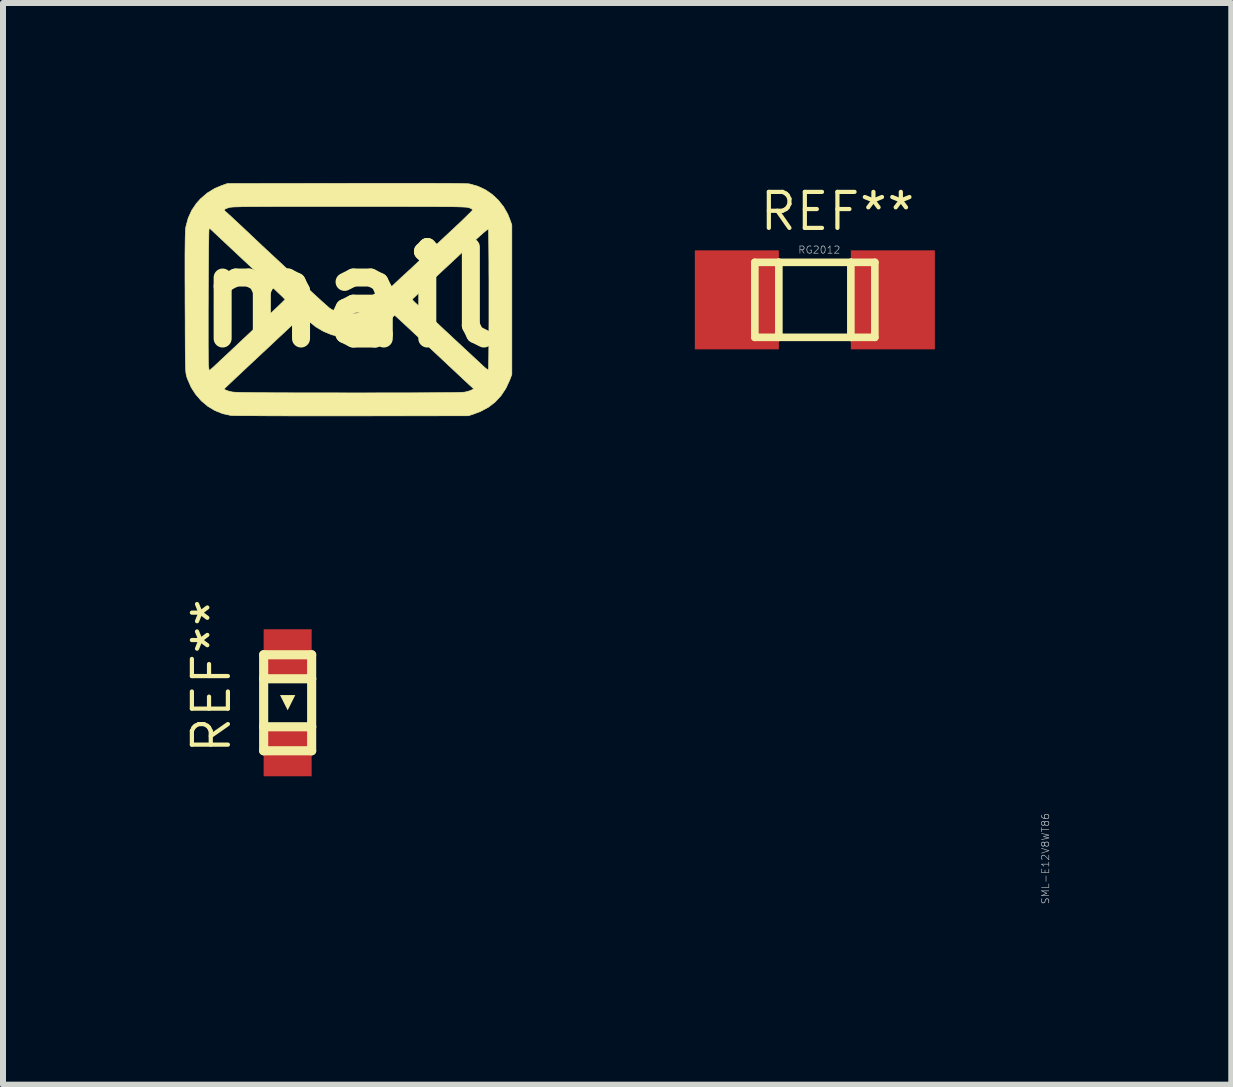
<source format=kicad_pcb>
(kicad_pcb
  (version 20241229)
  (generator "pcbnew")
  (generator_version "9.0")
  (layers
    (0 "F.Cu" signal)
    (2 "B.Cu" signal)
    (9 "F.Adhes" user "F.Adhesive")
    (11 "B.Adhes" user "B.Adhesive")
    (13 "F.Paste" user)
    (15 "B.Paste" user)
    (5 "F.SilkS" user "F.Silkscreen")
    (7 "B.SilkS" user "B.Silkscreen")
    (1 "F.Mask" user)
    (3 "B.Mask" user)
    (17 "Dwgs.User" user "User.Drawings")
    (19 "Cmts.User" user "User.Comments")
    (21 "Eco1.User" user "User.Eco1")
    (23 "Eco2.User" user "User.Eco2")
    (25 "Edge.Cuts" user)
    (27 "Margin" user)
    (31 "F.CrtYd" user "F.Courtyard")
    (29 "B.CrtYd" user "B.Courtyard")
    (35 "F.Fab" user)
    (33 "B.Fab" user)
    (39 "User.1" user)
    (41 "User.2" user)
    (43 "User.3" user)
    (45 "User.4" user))
  (footprint "mail"
    (layer "F.Cu")
    (at 2.765 1.902)
    (property "Reference" "mail" (at 0 0 0) (layer "F.SilkS") (effects (font (size 1.524 1.524) (thickness 0.3))))
    (attr through_hole)
    (fp_poly (pts (xy 0.944 -1.897) (xy 1.135 -1.897) (xy 1.305 -1.897) (xy 1.456 -1.896) (xy 1.586 -1.896) (xy 1.699 -1.895) (xy 1.793 -1.894) (xy 1.869 -1.893) (xy 1.929 -1.891) (xy 1.973 -1.89) (xy 2.002 -1.888) (xy 2.014 -1.886) (xy 2.146 -1.849) (xy 2.271 -1.791) (xy 2.386 -1.713) (xy 2.488 -1.618) (xy 2.576 -1.508) (xy 2.646 -1.386) (xy 2.681 -1.3) (xy 2.715 -1.203) (xy 2.715 1.288) (xy 2.681 1.379) (xy 2.616 1.52) (xy 2.535 1.642) (xy 2.438 1.747) (xy 2.324 1.835) (xy 2.193 1.905) (xy 2.074 1.95) (xy 1.99 1.977) (xy 0.048 1.979) (xy -0.168 1.979) (xy -0.378 1.979) (xy -0.581 1.979) (xy -0.776 1.979) (xy -0.961 1.979) (xy -1.134 1.978) (xy -1.295 1.978) (xy -1.443 1.977) (xy -1.575 1.976) (xy -1.69 1.975) (xy -1.787 1.975) (xy -1.866 1.974) (xy -1.923 1.973) (xy -1.959 1.972) (xy -1.97 1.971) (xy -2.106 1.941) (xy -2.235 1.889) (xy -2.353 1.818) (xy -2.46 1.728) (xy -2.553 1.621) (xy -2.611 1.531) (xy -2.08 1.531) (xy -2.069 1.541) (xy -2.039 1.555) (xy -1.996 1.569) (xy -1.955 1.578) (xy -1.941 1.581) (xy -1.919 1.583) (xy -1.889 1.585) (xy -1.849 1.586) (xy -1.798 1.588) (xy -1.736 1.589) (xy -1.661 1.59) (xy -1.572 1.591) (xy -1.468 1.592) (xy -1.348 1.593) (xy -1.211 1.594) (xy -1.056 1.594) (xy -0.882 1.595) (xy -0.687 1.595) (xy -0.472 1.595) (xy -0.234 1.595) (xy -0.018 1.596) (xy 0.271 1.596) (xy 0.538 1.595) (xy 0.781 1.595) (xy 1.001 1.595) (xy 1.198 1.594) (xy 1.372 1.593) (xy 1.522 1.592) (xy 1.649 1.591) (xy 1.752 1.59) (xy 1.831 1.588) (xy 1.886 1.586) (xy 1.917 1.584) (xy 1.922 1.584) (xy 1.97 1.574) (xy 2.015 1.56) (xy 2.04 1.55) (xy 2.082 1.529) (xy 2.03 1.482) (xy 2.004 1.459) (xy 1.965 1.422) (xy 1.916 1.377) (xy 1.861 1.325) (xy 1.803 1.271) (xy 1.802 1.27) (xy 1.722 1.195) (xy 1.636 1.114) (xy 1.545 1.029) (xy 1.452 0.942) (xy 1.358 0.854) (xy 1.266 0.768) (xy 1.177 0.685) (xy 1.094 0.608) (xy 1.019 0.537) (xy 0.953 0.476) (xy 0.898 0.425) (xy 0.857 0.387) (xy 0.831 0.363) (xy 0.83 0.362) (xy 0.762 0.3) (xy 0.68 0.378) (xy 0.616 0.437) (xy 0.562 0.482) (xy 0.511 0.519) (xy 0.458 0.55) (xy 0.417 0.572) (xy 0.278 0.628) (xy 0.136 0.662) (xy -0.007 0.673) (xy -0.149 0.661) (xy -0.29 0.626) (xy -0.425 0.57) (xy -0.555 0.493) (xy -0.676 0.394) (xy -0.719 0.352) (xy -0.766 0.304) (xy -0.797 0.328) (xy -0.819 0.347) (xy -0.853 0.377) (xy -0.893 0.414) (xy -0.913 0.433) (xy -0.937 0.456) (xy -0.977 0.494) (xy -1.031 0.544) (xy -1.097 0.607) (xy -1.174 0.678) (xy -1.259 0.758) (xy -1.35 0.844) (xy -1.447 0.934) (xy -1.539 1.02) (xy -1.635 1.11) (xy -1.726 1.195) (xy -1.809 1.273) (xy -1.885 1.344) (xy -1.95 1.406) (xy -2.003 1.456) (xy -2.044 1.495) (xy -2.07 1.52) (xy -2.08 1.531) (xy -2.08 1.531) (xy -2.611 1.531) (xy -2.631 1.499) (xy -2.69 1.364) (xy -2.701 1.333) (xy -2.705 1.319) (xy -2.709 1.305) (xy -2.712 1.29) (xy -2.715 1.271) (xy -2.718 1.247) (xy -2.72 1.218) (xy -2.722 1.18) (xy -2.723 1.134) (xy -2.725 1.077) (xy -2.726 1.007) (xy -2.727 0.923) (xy -2.728 0.825) (xy -2.728 0.709) (xy -2.729 0.595) (xy -2.345 0.595) (xy -2.345 0.717) (xy -2.345 0.827) (xy -2.344 0.925) (xy -2.344 1.008) (xy -2.343 1.073) (xy -2.342 1.12) (xy -2.34 1.146) (xy -2.34 1.146) (xy -2.335 1.185) (xy -2.33 1.212) (xy -2.325 1.222) (xy -2.314 1.214) (xy -2.29 1.193) (xy -2.256 1.163) (xy -2.239 1.147) (xy -2.189 1.1) (xy -2.134 1.048) (xy -2.084 1.002) (xy -2.08 0.998) (xy -2.048 0.968) (xy -2.002 0.925) (xy -1.946 0.872) (xy -1.884 0.814) (xy -1.82 0.753) (xy -1.796 0.731) (xy -1.729 0.668) (xy -1.65 0.594) (xy -1.563 0.512) (xy -1.474 0.429) (xy -1.388 0.348) (xy -1.327 0.292) (xy -1.261 0.23) (xy -1.201 0.173) (xy -1.149 0.123) (xy -1.108 0.083) (xy -1.079 0.054) (xy -1.065 0.039) (xy -1.064 0.037) (xy -1.073 0.028) (xy -1.098 0.003) (xy -1.138 -0.036) (xy -1.191 -0.086) (xy -1.256 -0.148) (xy -1.332 -0.22) (xy -1.416 -0.3) (xy -1.509 -0.387) (xy -1.608 -0.48) (xy -1.676 -0.544) (xy -1.779 -0.64) (xy -1.877 -0.732) (xy -1.968 -0.817) (xy -2.051 -0.895) (xy -2.126 -0.965) (xy -2.189 -1.024) (xy -2.24 -1.072) (xy -2.277 -1.107) (xy -2.299 -1.128) (xy -2.304 -1.133) (xy -2.32 -1.143) (xy -2.331 -1.134) (xy -2.332 -1.12) (xy -2.334 -1.084) (xy -2.335 -1.027) (xy -2.336 -0.953) (xy -2.338 -0.863) (xy -2.339 -0.759) (xy -2.34 -0.642) (xy -2.341 -0.517) (xy -2.342 -0.383) (xy -2.343 -0.244) (xy -2.344 -0.101) (xy -2.344 0.043) (xy -2.345 0.187) (xy -2.345 0.329) (xy -2.345 0.465) (xy -2.345 0.595) (xy -2.729 0.595) (xy -2.729 0.575) (xy -2.729 0.421) (xy -2.73 0.246) (xy -2.731 0.086) (xy -2.731 -0.114) (xy -2.732 -0.29) (xy -2.732 -0.446) (xy -2.732 -0.581) (xy -2.732 -0.699) (xy -2.731 -0.799) (xy -2.73 -0.884) (xy -2.729 -0.956) (xy -2.728 -1.015) (xy -2.726 -1.062) (xy -2.725 -1.101) (xy -2.722 -1.132) (xy -2.72 -1.156) (xy -2.717 -1.174) (xy -2.679 -1.316) (xy -2.621 -1.444) (xy -2.619 -1.448) (xy -2.078 -1.448) (xy -2.065 -1.434) (xy -2.049 -1.42) (xy -2.018 -1.393) (xy -1.974 -1.353) (xy -1.921 -1.303) (xy -1.86 -1.246) (xy -1.794 -1.185) (xy -1.726 -1.121) (xy -1.657 -1.056) (xy -1.609 -1.01) (xy -1.555 -0.959) (xy -1.498 -0.906) (xy -1.446 -0.856) (xy -1.409 -0.822) (xy -1.348 -0.765) (xy -1.269 -0.692) (xy -1.173 -0.603) (xy -1.061 -0.498) (xy -0.933 -0.378) (xy -0.789 -0.244) (xy -0.673 -0.135) (xy -0.599 -0.065) (xy -0.527 0.000298) (xy -0.462 0.06) (xy -0.405 0.111) (xy -0.359 0.152) (xy -0.326 0.18) (xy -0.31 0.192) (xy -0.265 0.218) (xy -0.205 0.245) (xy -0.143 0.267) (xy -0.089 0.282) (xy -0.085 0.283) (xy -0.04 0.286) (xy 0.02 0.284) (xy 0.084 0.276) (xy 0.143 0.266) (xy 0.186 0.253) (xy 0.214 0.242) (xy 0.242 0.229) (xy 0.27 0.212) (xy 0.302 0.191) (xy 0.338 0.163) (xy 0.382 0.126) (xy 0.435 0.079) (xy 0.482 0.037) (xy 1.055 0.037) (xy 1.061 0.048) (xy 1.082 0.071) (xy 1.109 0.097) (xy 1.174 0.156) (xy 1.24 0.217) (xy 1.311 0.283) (xy 1.391 0.358) (xy 1.484 0.445) (xy 1.512 0.472) (xy 1.583 0.539) (xy 1.664 0.614) (xy 1.746 0.691) (xy 1.823 0.762) (xy 1.875 0.811) (xy 1.935 0.867) (xy 1.996 0.923) (xy 2.052 0.975) (xy 2.098 1.018) (xy 2.129 1.047) (xy 2.191 1.105) (xy 2.238 1.149) (xy 2.272 1.179) (xy 2.296 1.198) (xy 2.311 1.208) (xy 2.32 1.209) (xy 2.325 1.206) (xy 2.325 1.206) (xy 2.326 1.192) (xy 2.328 1.155) (xy 2.329 1.098) (xy 2.33 1.022) (xy 2.331 0.928) (xy 2.332 0.818) (xy 2.332 0.695) (xy 2.333 0.559) (xy 2.334 0.412) (xy 2.334 0.256) (xy 2.334 0.093) (xy 2.334 0.036) (xy 2.334 -0.129) (xy 2.334 -0.287) (xy 2.333 -0.437) (xy 2.333 -0.577) (xy 2.332 -0.705) (xy 2.331 -0.82) (xy 2.33 -0.919) (xy 2.329 -1.002) (xy 2.328 -1.066) (xy 2.327 -1.109) (xy 2.325 -1.131) (xy 2.325 -1.133) (xy 2.314 -1.129) (xy 2.285 -1.109) (xy 2.242 -1.073) (xy 2.182 -1.02) (xy 2.108 -0.953) (xy 2.062 -0.91) (xy 1.887 -0.746) (xy 1.729 -0.598) (xy 1.588 -0.467) (xy 1.464 -0.351) (xy 1.357 -0.25) (xy 1.267 -0.166) (xy 1.193 -0.096) (xy 1.135 -0.041) (xy 1.093 -0.001) (xy 1.066 0.025) (xy 1.055 0.036) (xy 1.055 0.037) (xy 0.482 0.037) (xy 0.499 0.021) (xy 0.577 -0.051) (xy 0.661 -0.13) (xy 0.735 -0.198) (xy 0.804 -0.263) (xy 0.866 -0.321) (xy 0.919 -0.37) (xy 0.961 -0.408) (xy 0.989 -0.434) (xy 1 -0.445) (xy 1.017 -0.459) (xy 1.048 -0.488) (xy 1.09 -0.528) (xy 1.14 -0.575) (xy 1.195 -0.627) (xy 1.205 -0.637) (xy 1.258 -0.686) (xy 1.324 -0.749) (xy 1.401 -0.821) (xy 1.485 -0.9) (xy 1.572 -0.982) (xy 1.66 -1.064) (xy 1.724 -1.123) (xy 1.799 -1.194) (xy 1.869 -1.26) (xy 1.931 -1.32) (xy 1.983 -1.371) (xy 2.024 -1.411) (xy 2.051 -1.44) (xy 2.062 -1.454) (xy 2.062 -1.454) (xy 2.052 -1.467) (xy 2.025 -1.481) (xy 2.002 -1.49) (xy 1.993 -1.493) (xy 1.981 -1.495) (xy 1.966 -1.498) (xy 1.946 -1.5) (xy 1.92 -1.501) (xy 1.887 -1.503) (xy 1.846 -1.504) (xy 1.796 -1.506) (xy 1.735 -1.507) (xy 1.663 -1.508) (xy 1.578 -1.508) (xy 1.479 -1.509) (xy 1.366 -1.51) (xy 1.236 -1.51) (xy 1.09 -1.51) (xy 0.925 -1.511) (xy 0.74 -1.511) (xy 0.535 -1.511) (xy 0.309 -1.511) (xy 0.059 -1.511) (xy -0.001 -1.511) (xy -0.256 -1.511) (xy -0.489 -1.511) (xy -0.699 -1.511) (xy -0.888 -1.511) (xy -1.058 -1.511) (xy -1.209 -1.511) (xy -1.343 -1.51) (xy -1.461 -1.51) (xy -1.563 -1.509) (xy -1.651 -1.509) (xy -1.726 -1.508) (xy -1.79 -1.507) (xy -1.842 -1.505) (xy -1.885 -1.504) (xy -1.92 -1.503) (xy -1.947 -1.501) (xy -1.968 -1.499) (xy -1.983 -1.497) (xy -1.995 -1.494) (xy -2.003 -1.492) (xy -2.049 -1.475) (xy -2.073 -1.461) (xy -2.078 -1.448) (xy -2.619 -1.448) (xy -2.542 -1.562) (xy -2.473 -1.639) (xy -2.361 -1.735) (xy -2.235 -1.812) (xy -2.123 -1.859) (xy -2.026 -1.893) (xy -0.042 -1.896) (xy 0.239 -1.897) (xy 0.496 -1.897) (xy 0.731 -1.897) (xy 0.944 -1.897)) (stroke (width 0.01) (type solid)) (fill yes) (layer "F.SilkS")))
  (footprint "SML-E12V8WT86"
    (layer "F.Cu")
    (at 1.744 9.487)
    (property "Reference" "SML-E12V8WT86" (at 12.7 2.54 90) (layer "Dwgs.User") (effects (font (size 0.121 0.121) (thickness 0.01)) (justify left bottom)))
    (attr through_hole)
    (fp_line (start -0.4 -1.625) (end -0.4 -1.225) (stroke (width 0.152) (type solid)) (layer "F.SilkS"))
    (fp_line (start -0.4 -1.225) (end -0.4 -0.425) (stroke (width 0.152) (type solid)) (layer "F.SilkS"))
    (fp_line (start -0.4 -1.225) (end 0.4 -1.225) (stroke (width 0.152) (type solid)) (layer "F.SilkS"))
    (fp_line (start -0.4 -0.425) (end -0.4 -0.025) (stroke (width 0.152) (type solid)) (layer "F.SilkS"))
    (fp_line (start -0.4 -0.425) (end 0.4 -0.425) (stroke (width 0.152) (type solid)) (layer "F.SilkS"))
    (fp_line (start -0.4 -0.025) (end 0.4 -0.025) (stroke (width 0.152) (type solid)) (layer "F.SilkS"))
    (fp_line (start 0.4 -1.625) (end -0.4 -1.625) (stroke (width 0.152) (type solid)) (layer "F.SilkS"))
    (fp_line (start 0.4 -1.225) (end 0.4 -1.625) (stroke (width 0.152) (type solid)) (layer "F.SilkS"))
    (fp_line (start 0.4 -0.425) (end 0.4 -1.225) (stroke (width 0.152) (type solid)) (layer "F.SilkS"))
    (fp_line (start 0.4 -0.025) (end 0.4 -0.425) (stroke (width 0.152) (type solid)) (layer "F.SilkS"))
    (fp_poly (pts (xy -0.127 -0.953) (xy 0.127 -0.953) (xy 0 -0.699)) (stroke (width 0) (type solid)) (fill yes) (layer "F.SilkS"))
    (fp_text user "REF**" (at -1.27 -1.27 90) (layer "F.SilkS") (effects (font (size 0.6 0.6) (thickness 0.07))))
    (pad "A" smd rect (at 0 -1.65) (size 0.8 0.8) (layers "F.Cu" "F.Mask" "F.Paste"))
    (pad "K" smd rect (at 0 0) (size 0.8 0.8) (layers "F.Cu" "F.Mask" "F.Paste")))
  (footprint "RG2012"
    (layer "F.Cu")
    (at 9.23 1.947)
    (property "Reference" "RG2012" (at 1.016 -0.762 180) (layer "Dwgs.User") (effects (font (size 0.121 0.121) (thickness 0.01)) (justify left bottom)))
    (attr through_hole)
    (fp_line (start 0.3 -0.625) (end 0.3 0.625) (stroke (width 0.127) (type solid)) (layer "F.SilkS"))
    (fp_line (start 0.3 0.625) (end 0.7 0.625) (stroke (width 0.127) (type solid)) (layer "F.SilkS"))
    (fp_line (start 0.7 -0.625) (end 0.3 -0.625) (stroke (width 0.127) (type solid)) (layer "F.SilkS"))
    (fp_line (start 0.7 -0.625) (end 0.7 0.625) (stroke (width 0.127) (type solid)) (layer "F.SilkS"))
    (fp_line (start 0.7 0.625) (end 1.9 0.625) (stroke (width 0.127) (type solid)) (layer "F.SilkS"))
    (fp_line (start 1.9 -0.625) (end 0.7 -0.625) (stroke (width 0.127) (type solid)) (layer "F.SilkS"))
    (fp_line (start 1.9 -0.625) (end 1.9 0.625) (stroke (width 0.127) (type solid)) (layer "F.SilkS"))
    (fp_line (start 1.9 0.625) (end 2.3 0.625) (stroke (width 0.127) (type solid)) (layer "F.SilkS"))
    (fp_line (start 2.3 -0.625) (end 1.9 -0.625) (stroke (width 0.127) (type solid)) (layer "F.SilkS"))
    (fp_line (start 2.3 0.625) (end 2.3 -0.625) (stroke (width 0.127) (type solid)) (layer "F.SilkS"))
    (fp_text user "REF**" (at 1.676 -1.473 0) (layer "F.SilkS") (effects (font (size 0.6 0.6) (thickness 0.07))))
    (pad "LEFT" smd rect (at 0 0) (size 1.4 1.65) (layers "F.Cu" "F.Mask" "F.Paste"))
    (pad "RIGHT" smd rect (at 2.6 0) (size 1.4 1.65) (layers "F.Cu" "F.Mask" "F.Paste")))
  (gr_rect
    (start -3 -3)
    (end 17.47 15.027)
    (stroke (width 0.1) (type default))
    (fill no)
    (layer "Edge.Cuts")))
</source>
